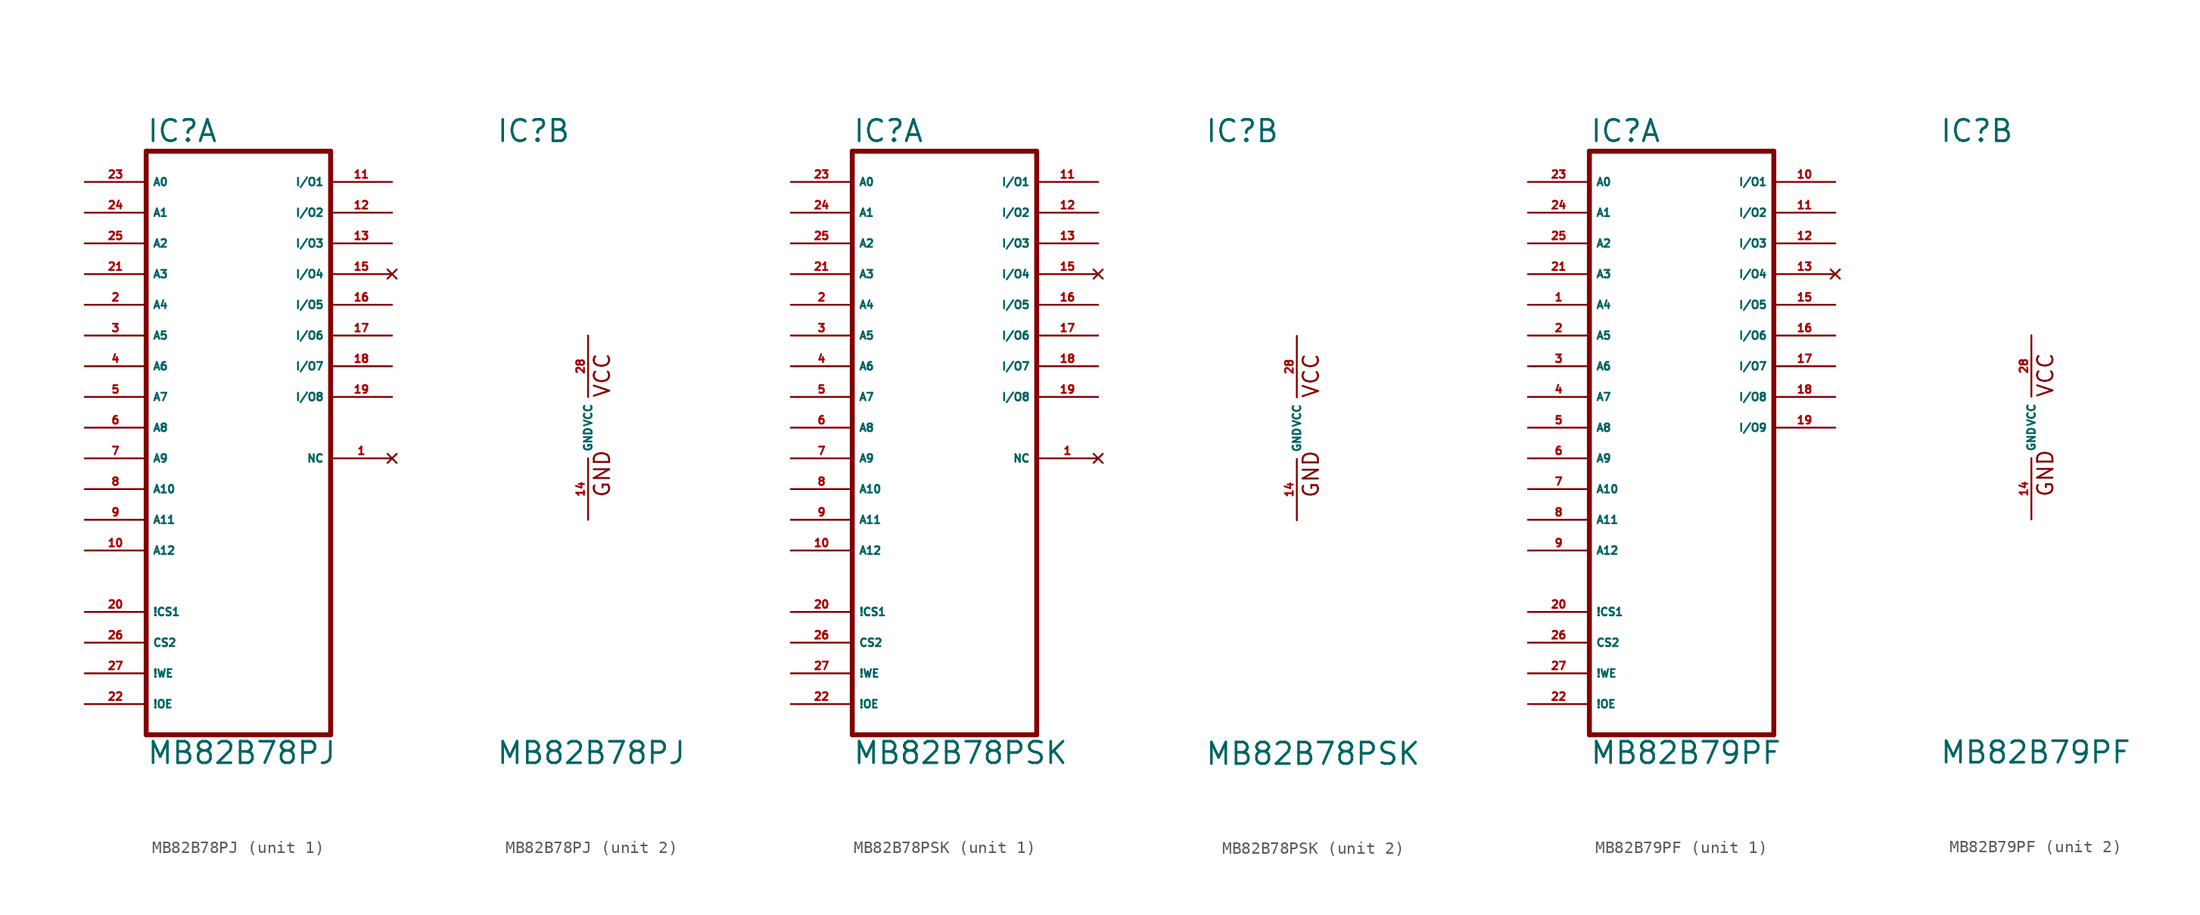
<source format=kicad_sym>
(kicad_symbol_lib
  (version 20220914)
  (generator Eagle2Kicad)
  (symbol "MB82B78PJ"
    (property "Reference" "IC"
      (at -7.62 23.495 0)
      (effects (font (size 1.778 1.778) (thickness 0.22)) (justify left bottom)))
    (property "Value" "MB82B78PJ"
      (at -7.62 -27.94 0)
      (effects (font (size 1.778 1.778) (thickness 0.22)) (justify left bottom)))
    (symbol "MB82B78PJ_1_0"
      (polyline (pts (xy -7.62 -25.4) (xy -7.62 22.86)) (stroke (width 0.406) (type default)) (fill (type none)))
      (polyline (pts (xy -7.62 22.86) (xy 7.62 22.86)) (stroke (width 0.406) (type default)) (fill (type none)))
      (polyline (pts (xy 7.62 22.86) (xy 7.62 -25.4)) (stroke (width 0.406) (type default)) (fill (type none)))
      (polyline (pts (xy 7.62 -25.4) (xy -7.62 -25.4)) (stroke (width 0.406) (type default)) (fill (type none)))
      (pin input line (at -12.7 20.32 0) (length 5.08) (name "A0" (effects (font (size 0.635 0.635) (thickness 0.08)) (justify left bottom))) (number "23" (effects (font (size 0.635 0.635) (thickness 0.08)) (justify left bottom))))
      (pin input line (at -12.7 17.78 0) (length 5.08) (name "A1" (effects (font (size 0.635 0.635) (thickness 0.08)) (justify left bottom))) (number "24" (effects (font (size 0.635 0.635) (thickness 0.08)) (justify left bottom))))
      (pin input line (at -12.7 15.24 0) (length 5.08) (name "A2" (effects (font (size 0.635 0.635) (thickness 0.08)) (justify left bottom))) (number "25" (effects (font (size 0.635 0.635) (thickness 0.08)) (justify left bottom))))
      (pin input line (at -12.7 12.7 0) (length 5.08) (name "A3" (effects (font (size 0.635 0.635) (thickness 0.08)) (justify left bottom))) (number "21" (effects (font (size 0.635 0.635) (thickness 0.08)) (justify left bottom))))
      (pin input line (at -12.7 10.16 0) (length 5.08) (name "A4" (effects (font (size 0.635 0.635) (thickness 0.08)) (justify left bottom))) (number "2" (effects (font (size 0.635 0.635) (thickness 0.08)) (justify left bottom))))
      (pin input line (at -12.7 5.08 0) (length 5.08) (name "A6" (effects (font (size 0.635 0.635) (thickness 0.08)) (justify left bottom))) (number "4" (effects (font (size 0.635 0.635) (thickness 0.08)) (justify left bottom))))
      (pin input line (at -12.7 7.62 0) (length 5.08) (name "A5" (effects (font (size 0.635 0.635) (thickness 0.08)) (justify left bottom))) (number "3" (effects (font (size 0.635 0.635) (thickness 0.08)) (justify left bottom))))
      (pin input line (at -12.7 2.54 0) (length 5.08) (name "A7" (effects (font (size 0.635 0.635) (thickness 0.08)) (justify left bottom))) (number "5" (effects (font (size 0.635 0.635) (thickness 0.08)) (justify left bottom))))
      (pin input line (at -12.7 0 0) (length 5.08) (name "A8" (effects (font (size 0.635 0.635) (thickness 0.08)) (justify left bottom))) (number "6" (effects (font (size 0.635 0.635) (thickness 0.08)) (justify left bottom))))
      (pin input line (at -12.7 -2.54 0) (length 5.08) (name "A9" (effects (font (size 0.635 0.635) (thickness 0.08)) (justify left bottom))) (number "7" (effects (font (size 0.635 0.635) (thickness 0.08)) (justify left bottom))))
      (pin input line (at -12.7 -5.08 0) (length 5.08) (name "A10" (effects (font (size 0.635 0.635) (thickness 0.08)) (justify left bottom))) (number "8" (effects (font (size 0.635 0.635) (thickness 0.08)) (justify left bottom))))
      (pin input line (at -12.7 -7.62 0) (length 5.08) (name "A11" (effects (font (size 0.635 0.635) (thickness 0.08)) (justify left bottom))) (number "9" (effects (font (size 0.635 0.635) (thickness 0.08)) (justify left bottom))))
      (pin bidirectional line (at 12.7 20.32 180) (length 5.08) (name "I/O1" (effects (font (size 0.635 0.635) (thickness 0.08)) (justify left bottom))) (number "11" (effects (font (size 0.635 0.635) (thickness 0.08)) (justify left bottom))))
      (pin bidirectional line (at 12.7 17.78 180) (length 5.08) (name "I/O2" (effects (font (size 0.635 0.635) (thickness 0.08)) (justify left bottom))) (number "12" (effects (font (size 0.635 0.635) (thickness 0.08)) (justify left bottom))))
      (pin bidirectional line (at 12.7 15.24 180) (length 5.08) (name "I/O3" (effects (font (size 0.635 0.635) (thickness 0.08)) (justify left bottom))) (number "13" (effects (font (size 0.635 0.635) (thickness 0.08)) (justify left bottom))))
      (pin no_connect line (at 12.7 12.7 180) (length 5.08) (name "I/O4" (effects (font (size 0.635 0.635) (thickness 0.08)) (justify left bottom) hide)) (number "15" (effects (font (size 0.635 0.635) (thickness 0.08)) (justify left bottom) hide)))
      (pin input line (at -12.7 -17.78 0) (length 5.08) (name "CS2" (effects (font (size 0.635 0.635) (thickness 0.08)) (justify left bottom))) (number "26" (effects (font (size 0.635 0.635) (thickness 0.08)) (justify left bottom))))
      (pin input line (at -12.7 -20.32 0) (length 5.08) (name "!WE" (effects (font (size 0.635 0.635) (thickness 0.08)) (justify left bottom))) (number "27" (effects (font (size 0.635 0.635) (thickness 0.08)) (justify left bottom))))
      (pin input line (at -12.7 -10.16 0) (length 5.08) (name "A12" (effects (font (size 0.635 0.635) (thickness 0.08)) (justify left bottom))) (number "10" (effects (font (size 0.635 0.635) (thickness 0.08)) (justify left bottom))))
      (pin input line (at -12.7 -22.86 0) (length 5.08) (name "!OE" (effects (font (size 0.635 0.635) (thickness 0.08)) (justify left bottom))) (number "22" (effects (font (size 0.635 0.635) (thickness 0.08)) (justify left bottom))))
      (pin bidirectional line (at 12.7 10.16 180) (length 5.08) (name "I/O5" (effects (font (size 0.635 0.635) (thickness 0.08)) (justify left bottom))) (number "16" (effects (font (size 0.635 0.635) (thickness 0.08)) (justify left bottom))))
      (pin bidirectional line (at 12.7 7.62 180) (length 5.08) (name "I/O6" (effects (font (size 0.635 0.635) (thickness 0.08)) (justify left bottom))) (number "17" (effects (font (size 0.635 0.635) (thickness 0.08)) (justify left bottom))))
      (pin bidirectional line (at 12.7 5.08 180) (length 5.08) (name "I/O7" (effects (font (size 0.635 0.635) (thickness 0.08)) (justify left bottom))) (number "18" (effects (font (size 0.635 0.635) (thickness 0.08)) (justify left bottom))))
      (pin bidirectional line (at 12.7 2.54 180) (length 5.08) (name "I/O8" (effects (font (size 0.635 0.635) (thickness 0.08)) (justify left bottom))) (number "19" (effects (font (size 0.635 0.635) (thickness 0.08)) (justify left bottom))))
      (pin no_connect line (at 12.7 -2.54 180) (length 5.08) (name "NC" (effects (font (size 0.635 0.635) (thickness 0.08)) (justify left bottom) hide)) (number "1" (effects (font (size 0.635 0.635) (thickness 0.08)) (justify left bottom) hide)))
      (pin input line (at -12.7 -15.24 0) (length 5.08) (name "!CS1" (effects (font (size 0.635 0.635) (thickness 0.08)) (justify left bottom))) (number "20" (effects (font (size 0.635 0.635) (thickness 0.08)) (justify left bottom)))))
    (symbol "MB82B78PJ_2_0"
      (text "VCC" (at 1.905 2.413 900) (effects (font (size 1.27 1.27) (thickness 0.16)) (justify left bottom)))
      (text "GND" (at 1.905 -5.842 900) (effects (font (size 1.27 1.27) (thickness 0.16)) (justify left bottom)))
      (pin unspecified line (at 0 -7.62 90) (length 5.08) (name "GND" (effects (font (size 0.635 0.635) (thickness 0.08)) (justify left bottom))) (number "14" (effects (font (size 0.635 0.635) (thickness 0.08)) (justify left bottom))))
      (pin unspecified line (at 0 7.62 270) (length 5.08) (name "VCC" (effects (font (size 0.635 0.635) (thickness 0.08)) (justify left bottom))) (number "28" (effects (font (size 0.635 0.635) (thickness 0.08)) (justify left bottom))))))
  (symbol "MB82B78PSK"
    (property "Reference" "IC"
      (at -7.62 23.495 0)
      (effects (font (size 1.778 1.778) (thickness 0.22)) (justify left bottom)))
    (property "Value" "MB82B78PSK"
      (at -7.62 -27.94 0)
      (effects (font (size 1.778 1.778) (thickness 0.22)) (justify left bottom)))
    (symbol "MB82B78PSK_1_0"
      (polyline (pts (xy -7.62 -25.4) (xy -7.62 22.86)) (stroke (width 0.406) (type default)) (fill (type none)))
      (polyline (pts (xy -7.62 22.86) (xy 7.62 22.86)) (stroke (width 0.406) (type default)) (fill (type none)))
      (polyline (pts (xy 7.62 22.86) (xy 7.62 -25.4)) (stroke (width 0.406) (type default)) (fill (type none)))
      (polyline (pts (xy 7.62 -25.4) (xy -7.62 -25.4)) (stroke (width 0.406) (type default)) (fill (type none)))
      (pin input line (at -12.7 20.32 0) (length 5.08) (name "A0" (effects (font (size 0.635 0.635) (thickness 0.08)) (justify left bottom))) (number "23" (effects (font (size 0.635 0.635) (thickness 0.08)) (justify left bottom))))
      (pin input line (at -12.7 17.78 0) (length 5.08) (name "A1" (effects (font (size 0.635 0.635) (thickness 0.08)) (justify left bottom))) (number "24" (effects (font (size 0.635 0.635) (thickness 0.08)) (justify left bottom))))
      (pin input line (at -12.7 15.24 0) (length 5.08) (name "A2" (effects (font (size 0.635 0.635) (thickness 0.08)) (justify left bottom))) (number "25" (effects (font (size 0.635 0.635) (thickness 0.08)) (justify left bottom))))
      (pin input line (at -12.7 12.7 0) (length 5.08) (name "A3" (effects (font (size 0.635 0.635) (thickness 0.08)) (justify left bottom))) (number "21" (effects (font (size 0.635 0.635) (thickness 0.08)) (justify left bottom))))
      (pin input line (at -12.7 10.16 0) (length 5.08) (name "A4" (effects (font (size 0.635 0.635) (thickness 0.08)) (justify left bottom))) (number "2" (effects (font (size 0.635 0.635) (thickness 0.08)) (justify left bottom))))
      (pin input line (at -12.7 5.08 0) (length 5.08) (name "A6" (effects (font (size 0.635 0.635) (thickness 0.08)) (justify left bottom))) (number "4" (effects (font (size 0.635 0.635) (thickness 0.08)) (justify left bottom))))
      (pin input line (at -12.7 7.62 0) (length 5.08) (name "A5" (effects (font (size 0.635 0.635) (thickness 0.08)) (justify left bottom))) (number "3" (effects (font (size 0.635 0.635) (thickness 0.08)) (justify left bottom))))
      (pin input line (at -12.7 2.54 0) (length 5.08) (name "A7" (effects (font (size 0.635 0.635) (thickness 0.08)) (justify left bottom))) (number "5" (effects (font (size 0.635 0.635) (thickness 0.08)) (justify left bottom))))
      (pin input line (at -12.7 0 0) (length 5.08) (name "A8" (effects (font (size 0.635 0.635) (thickness 0.08)) (justify left bottom))) (number "6" (effects (font (size 0.635 0.635) (thickness 0.08)) (justify left bottom))))
      (pin input line (at -12.7 -2.54 0) (length 5.08) (name "A9" (effects (font (size 0.635 0.635) (thickness 0.08)) (justify left bottom))) (number "7" (effects (font (size 0.635 0.635) (thickness 0.08)) (justify left bottom))))
      (pin input line (at -12.7 -5.08 0) (length 5.08) (name "A10" (effects (font (size 0.635 0.635) (thickness 0.08)) (justify left bottom))) (number "8" (effects (font (size 0.635 0.635) (thickness 0.08)) (justify left bottom))))
      (pin input line (at -12.7 -7.62 0) (length 5.08) (name "A11" (effects (font (size 0.635 0.635) (thickness 0.08)) (justify left bottom))) (number "9" (effects (font (size 0.635 0.635) (thickness 0.08)) (justify left bottom))))
      (pin bidirectional line (at 12.7 20.32 180) (length 5.08) (name "I/O1" (effects (font (size 0.635 0.635) (thickness 0.08)) (justify left bottom))) (number "11" (effects (font (size 0.635 0.635) (thickness 0.08)) (justify left bottom))))
      (pin bidirectional line (at 12.7 17.78 180) (length 5.08) (name "I/O2" (effects (font (size 0.635 0.635) (thickness 0.08)) (justify left bottom))) (number "12" (effects (font (size 0.635 0.635) (thickness 0.08)) (justify left bottom))))
      (pin bidirectional line (at 12.7 15.24 180) (length 5.08) (name "I/O3" (effects (font (size 0.635 0.635) (thickness 0.08)) (justify left bottom))) (number "13" (effects (font (size 0.635 0.635) (thickness 0.08)) (justify left bottom))))
      (pin no_connect line (at 12.7 12.7 180) (length 5.08) (name "I/O4" (effects (font (size 0.635 0.635) (thickness 0.08)) (justify left bottom) hide)) (number "15" (effects (font (size 0.635 0.635) (thickness 0.08)) (justify left bottom) hide)))
      (pin input line (at -12.7 -17.78 0) (length 5.08) (name "CS2" (effects (font (size 0.635 0.635) (thickness 0.08)) (justify left bottom))) (number "26" (effects (font (size 0.635 0.635) (thickness 0.08)) (justify left bottom))))
      (pin input line (at -12.7 -20.32 0) (length 5.08) (name "!WE" (effects (font (size 0.635 0.635) (thickness 0.08)) (justify left bottom))) (number "27" (effects (font (size 0.635 0.635) (thickness 0.08)) (justify left bottom))))
      (pin input line (at -12.7 -10.16 0) (length 5.08) (name "A12" (effects (font (size 0.635 0.635) (thickness 0.08)) (justify left bottom))) (number "10" (effects (font (size 0.635 0.635) (thickness 0.08)) (justify left bottom))))
      (pin input line (at -12.7 -22.86 0) (length 5.08) (name "!OE" (effects (font (size 0.635 0.635) (thickness 0.08)) (justify left bottom))) (number "22" (effects (font (size 0.635 0.635) (thickness 0.08)) (justify left bottom))))
      (pin bidirectional line (at 12.7 10.16 180) (length 5.08) (name "I/O5" (effects (font (size 0.635 0.635) (thickness 0.08)) (justify left bottom))) (number "16" (effects (font (size 0.635 0.635) (thickness 0.08)) (justify left bottom))))
      (pin bidirectional line (at 12.7 7.62 180) (length 5.08) (name "I/O6" (effects (font (size 0.635 0.635) (thickness 0.08)) (justify left bottom))) (number "17" (effects (font (size 0.635 0.635) (thickness 0.08)) (justify left bottom))))
      (pin bidirectional line (at 12.7 5.08 180) (length 5.08) (name "I/O7" (effects (font (size 0.635 0.635) (thickness 0.08)) (justify left bottom))) (number "18" (effects (font (size 0.635 0.635) (thickness 0.08)) (justify left bottom))))
      (pin bidirectional line (at 12.7 2.54 180) (length 5.08) (name "I/O8" (effects (font (size 0.635 0.635) (thickness 0.08)) (justify left bottom))) (number "19" (effects (font (size 0.635 0.635) (thickness 0.08)) (justify left bottom))))
      (pin no_connect line (at 12.7 -2.54 180) (length 5.08) (name "NC" (effects (font (size 0.635 0.635) (thickness 0.08)) (justify left bottom) hide)) (number "1" (effects (font (size 0.635 0.635) (thickness 0.08)) (justify left bottom) hide)))
      (pin input line (at -12.7 -15.24 0) (length 5.08) (name "!CS1" (effects (font (size 0.635 0.635) (thickness 0.08)) (justify left bottom))) (number "20" (effects (font (size 0.635 0.635) (thickness 0.08)) (justify left bottom)))))
    (symbol "MB82B78PSK_2_0"
      (text "VCC" (at 1.905 2.413 900) (effects (font (size 1.27 1.27) (thickness 0.16)) (justify left bottom)))
      (text "GND" (at 1.905 -5.842 900) (effects (font (size 1.27 1.27) (thickness 0.16)) (justify left bottom)))
      (pin unspecified line (at 0 -7.62 90) (length 5.08) (name "GND" (effects (font (size 0.635 0.635) (thickness 0.08)) (justify left bottom))) (number "14" (effects (font (size 0.635 0.635) (thickness 0.08)) (justify left bottom))))
      (pin unspecified line (at 0 7.62 270) (length 5.08) (name "VCC" (effects (font (size 0.635 0.635) (thickness 0.08)) (justify left bottom))) (number "28" (effects (font (size 0.635 0.635) (thickness 0.08)) (justify left bottom))))))
  (symbol "MB82B79PF"
    (property "Reference" "IC"
      (at -7.62 23.495 0)
      (effects (font (size 1.778 1.778) (thickness 0.22)) (justify left bottom)))
    (property "Value" "MB82B79PF"
      (at -7.62 -27.94 0)
      (effects (font (size 1.778 1.778) (thickness 0.22)) (justify left bottom)))
    (symbol "MB82B79PF_1_0"
      (polyline (pts (xy -7.62 -25.4) (xy -7.62 22.86)) (stroke (width 0.406) (type default)) (fill (type none)))
      (polyline (pts (xy -7.62 22.86) (xy 7.62 22.86)) (stroke (width 0.406) (type default)) (fill (type none)))
      (polyline (pts (xy 7.62 22.86) (xy 7.62 -25.4)) (stroke (width 0.406) (type default)) (fill (type none)))
      (polyline (pts (xy 7.62 -25.4) (xy -7.62 -25.4)) (stroke (width 0.406) (type default)) (fill (type none)))
      (pin input line (at -12.7 20.32 0) (length 5.08) (name "A0" (effects (font (size 0.635 0.635) (thickness 0.08)) (justify left bottom))) (number "23" (effects (font (size 0.635 0.635) (thickness 0.08)) (justify left bottom))))
      (pin input line (at -12.7 17.78 0) (length 5.08) (name "A1" (effects (font (size 0.635 0.635) (thickness 0.08)) (justify left bottom))) (number "24" (effects (font (size 0.635 0.635) (thickness 0.08)) (justify left bottom))))
      (pin input line (at -12.7 15.24 0) (length 5.08) (name "A2" (effects (font (size 0.635 0.635) (thickness 0.08)) (justify left bottom))) (number "25" (effects (font (size 0.635 0.635) (thickness 0.08)) (justify left bottom))))
      (pin input line (at -12.7 12.7 0) (length 5.08) (name "A3" (effects (font (size 0.635 0.635) (thickness 0.08)) (justify left bottom))) (number "21" (effects (font (size 0.635 0.635) (thickness 0.08)) (justify left bottom))))
      (pin input line (at -12.7 10.16 0) (length 5.08) (name "A4" (effects (font (size 0.635 0.635) (thickness 0.08)) (justify left bottom))) (number "1" (effects (font (size 0.635 0.635) (thickness 0.08)) (justify left bottom))))
      (pin input line (at -12.7 5.08 0) (length 5.08) (name "A6" (effects (font (size 0.635 0.635) (thickness 0.08)) (justify left bottom))) (number "3" (effects (font (size 0.635 0.635) (thickness 0.08)) (justify left bottom))))
      (pin input line (at -12.7 7.62 0) (length 5.08) (name "A5" (effects (font (size 0.635 0.635) (thickness 0.08)) (justify left bottom))) (number "2" (effects (font (size 0.635 0.635) (thickness 0.08)) (justify left bottom))))
      (pin input line (at -12.7 2.54 0) (length 5.08) (name "A7" (effects (font (size 0.635 0.635) (thickness 0.08)) (justify left bottom))) (number "4" (effects (font (size 0.635 0.635) (thickness 0.08)) (justify left bottom))))
      (pin input line (at -12.7 0 0) (length 5.08) (name "A8" (effects (font (size 0.635 0.635) (thickness 0.08)) (justify left bottom))) (number "5" (effects (font (size 0.635 0.635) (thickness 0.08)) (justify left bottom))))
      (pin input line (at -12.7 -2.54 0) (length 5.08) (name "A9" (effects (font (size 0.635 0.635) (thickness 0.08)) (justify left bottom))) (number "6" (effects (font (size 0.635 0.635) (thickness 0.08)) (justify left bottom))))
      (pin input line (at -12.7 -5.08 0) (length 5.08) (name "A10" (effects (font (size 0.635 0.635) (thickness 0.08)) (justify left bottom))) (number "7" (effects (font (size 0.635 0.635) (thickness 0.08)) (justify left bottom))))
      (pin input line (at -12.7 -7.62 0) (length 5.08) (name "A11" (effects (font (size 0.635 0.635) (thickness 0.08)) (justify left bottom))) (number "8" (effects (font (size 0.635 0.635) (thickness 0.08)) (justify left bottom))))
      (pin bidirectional line (at 12.7 20.32 180) (length 5.08) (name "I/O1" (effects (font (size 0.635 0.635) (thickness 0.08)) (justify left bottom))) (number "10" (effects (font (size 0.635 0.635) (thickness 0.08)) (justify left bottom))))
      (pin bidirectional line (at 12.7 17.78 180) (length 5.08) (name "I/O2" (effects (font (size 0.635 0.635) (thickness 0.08)) (justify left bottom))) (number "11" (effects (font (size 0.635 0.635) (thickness 0.08)) (justify left bottom))))
      (pin bidirectional line (at 12.7 15.24 180) (length 5.08) (name "I/O3" (effects (font (size 0.635 0.635) (thickness 0.08)) (justify left bottom))) (number "12" (effects (font (size 0.635 0.635) (thickness 0.08)) (justify left bottom))))
      (pin no_connect line (at 12.7 12.7 180) (length 5.08) (name "I/O4" (effects (font (size 0.635 0.635) (thickness 0.08)) (justify left bottom) hide)) (number "13" (effects (font (size 0.635 0.635) (thickness 0.08)) (justify left bottom) hide)))
      (pin input line (at -12.7 -17.78 0) (length 5.08) (name "CS2" (effects (font (size 0.635 0.635) (thickness 0.08)) (justify left bottom))) (number "26" (effects (font (size 0.635 0.635) (thickness 0.08)) (justify left bottom))))
      (pin input line (at -12.7 -20.32 0) (length 5.08) (name "!WE" (effects (font (size 0.635 0.635) (thickness 0.08)) (justify left bottom))) (number "27" (effects (font (size 0.635 0.635) (thickness 0.08)) (justify left bottom))))
      (pin input line (at -12.7 -10.16 0) (length 5.08) (name "A12" (effects (font (size 0.635 0.635) (thickness 0.08)) (justify left bottom))) (number "9" (effects (font (size 0.635 0.635) (thickness 0.08)) (justify left bottom))))
      (pin input line (at -12.7 -22.86 0) (length 5.08) (name "!OE" (effects (font (size 0.635 0.635) (thickness 0.08)) (justify left bottom))) (number "22" (effects (font (size 0.635 0.635) (thickness 0.08)) (justify left bottom))))
      (pin bidirectional line (at 12.7 10.16 180) (length 5.08) (name "I/O5" (effects (font (size 0.635 0.635) (thickness 0.08)) (justify left bottom))) (number "15" (effects (font (size 0.635 0.635) (thickness 0.08)) (justify left bottom))))
      (pin bidirectional line (at 12.7 7.62 180) (length 5.08) (name "I/O6" (effects (font (size 0.635 0.635) (thickness 0.08)) (justify left bottom))) (number "16" (effects (font (size 0.635 0.635) (thickness 0.08)) (justify left bottom))))
      (pin bidirectional line (at 12.7 5.08 180) (length 5.08) (name "I/O7" (effects (font (size 0.635 0.635) (thickness 0.08)) (justify left bottom))) (number "17" (effects (font (size 0.635 0.635) (thickness 0.08)) (justify left bottom))))
      (pin bidirectional line (at 12.7 2.54 180) (length 5.08) (name "I/O8" (effects (font (size 0.635 0.635) (thickness 0.08)) (justify left bottom))) (number "18" (effects (font (size 0.635 0.635) (thickness 0.08)) (justify left bottom))))
      (pin bidirectional line (at 12.7 0 180) (length 5.08) (name "I/O9" (effects (font (size 0.635 0.635) (thickness 0.08)) (justify left bottom))) (number "19" (effects (font (size 0.635 0.635) (thickness 0.08)) (justify left bottom))))
      (pin input line (at -12.7 -15.24 0) (length 5.08) (name "!CS1" (effects (font (size 0.635 0.635) (thickness 0.08)) (justify left bottom))) (number "20" (effects (font (size 0.635 0.635) (thickness 0.08)) (justify left bottom)))))
    (symbol "MB82B79PF_2_0"
      (text "VCC" (at 1.905 2.413 900) (effects (font (size 1.27 1.27) (thickness 0.16)) (justify left bottom)))
      (text "GND" (at 1.905 -5.842 900) (effects (font (size 1.27 1.27) (thickness 0.16)) (justify left bottom)))
      (pin unspecified line (at 0 -7.62 90) (length 5.08) (name "GND" (effects (font (size 0.635 0.635) (thickness 0.08)) (justify left bottom))) (number "14" (effects (font (size 0.635 0.635) (thickness 0.08)) (justify left bottom))))
      (pin unspecified line (at 0 7.62 270) (length 5.08) (name "VCC" (effects (font (size 0.635 0.635) (thickness 0.08)) (justify left bottom))) (number "28" (effects (font (size 0.635 0.635) (thickness 0.08)) (justify left bottom)))))))
</source>
